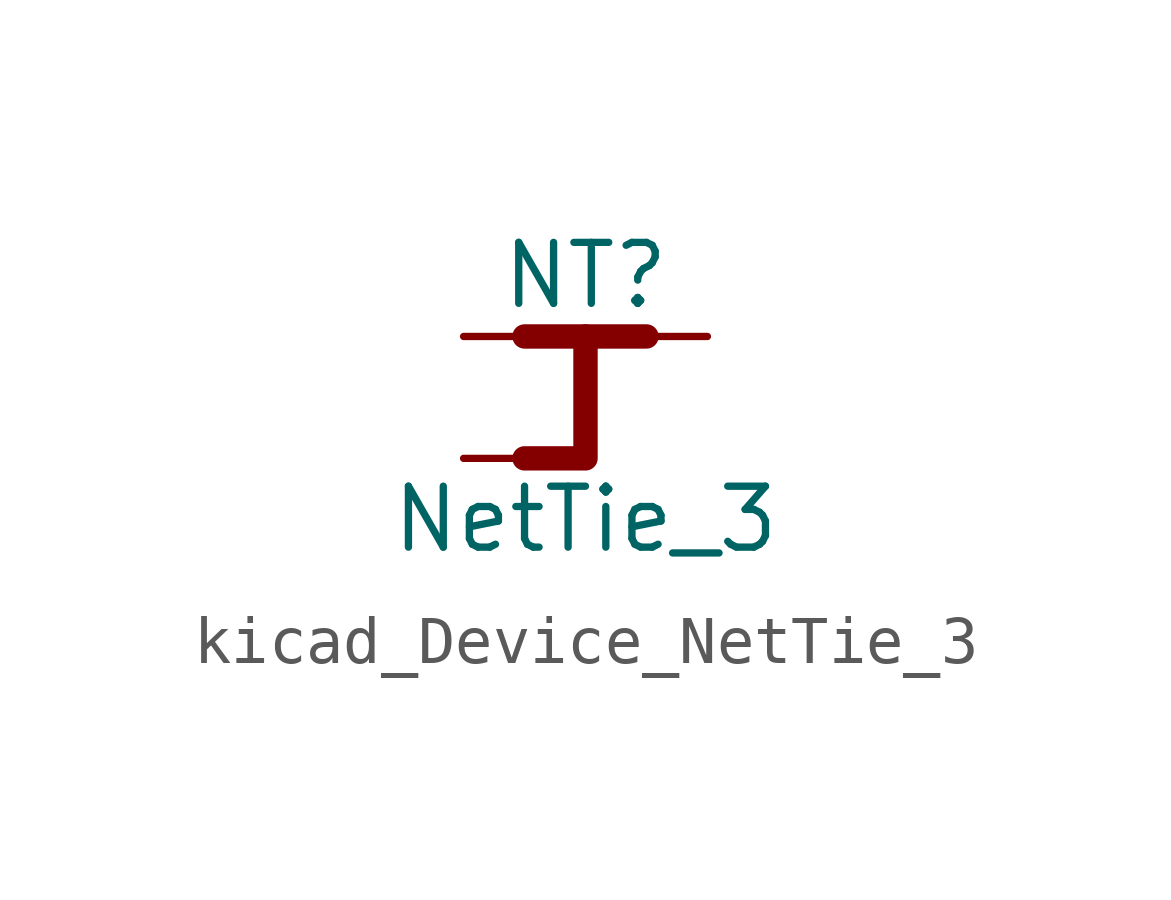
<source format=kicad_sym>
(kicad_symbol_lib
  (version 20220914)
  (generator kicad_symbol_editor)
  (symbol "kicad_Device_NetTie_3"
    (pin_numbers hide)
    (pin_names
      (offset 0) hide)
    (property "Reference" "NT"
      (at 0 1.27 0)
      (effects (font (size 1.27 1.27))))
    (property "Value" "NetTie_3"
      (at 0 -3.81 0)
      (effects (font (size 1.27 1.27))))
    (symbol "kicad_Device_NetTie_3_0_1"
      (polyline (pts (xy -1.27 0) (xy 1.27 0)) (stroke (width 0.508) (type default)) (fill (type none)))
      (polyline (pts (xy 0 0) (xy 0 -2.54) (xy -1.27 -2.54)) (stroke (width 0.508) (type default)) (fill (type none))))
    (symbol "kicad_Device_NetTie_3_1_1"
      (pin passive line (at -2.54 0 0) (length 2.54) (name "1" (effects (font (size 1.27 1.27)))) (number "1" (effects (font (size 1.27 1.27)))))
      (pin passive line (at 2.54 0 180) (length 2.54) (name "2" (effects (font (size 1.27 1.27)))) (number "2" (effects (font (size 1.27 1.27)))))
      (pin passive line (at -2.54 -2.54 0) (length 2.54) (name "3" (effects (font (size 1.27 1.27)))) (number "3" (effects (font (size 1.27 1.27))))))))
</source>
